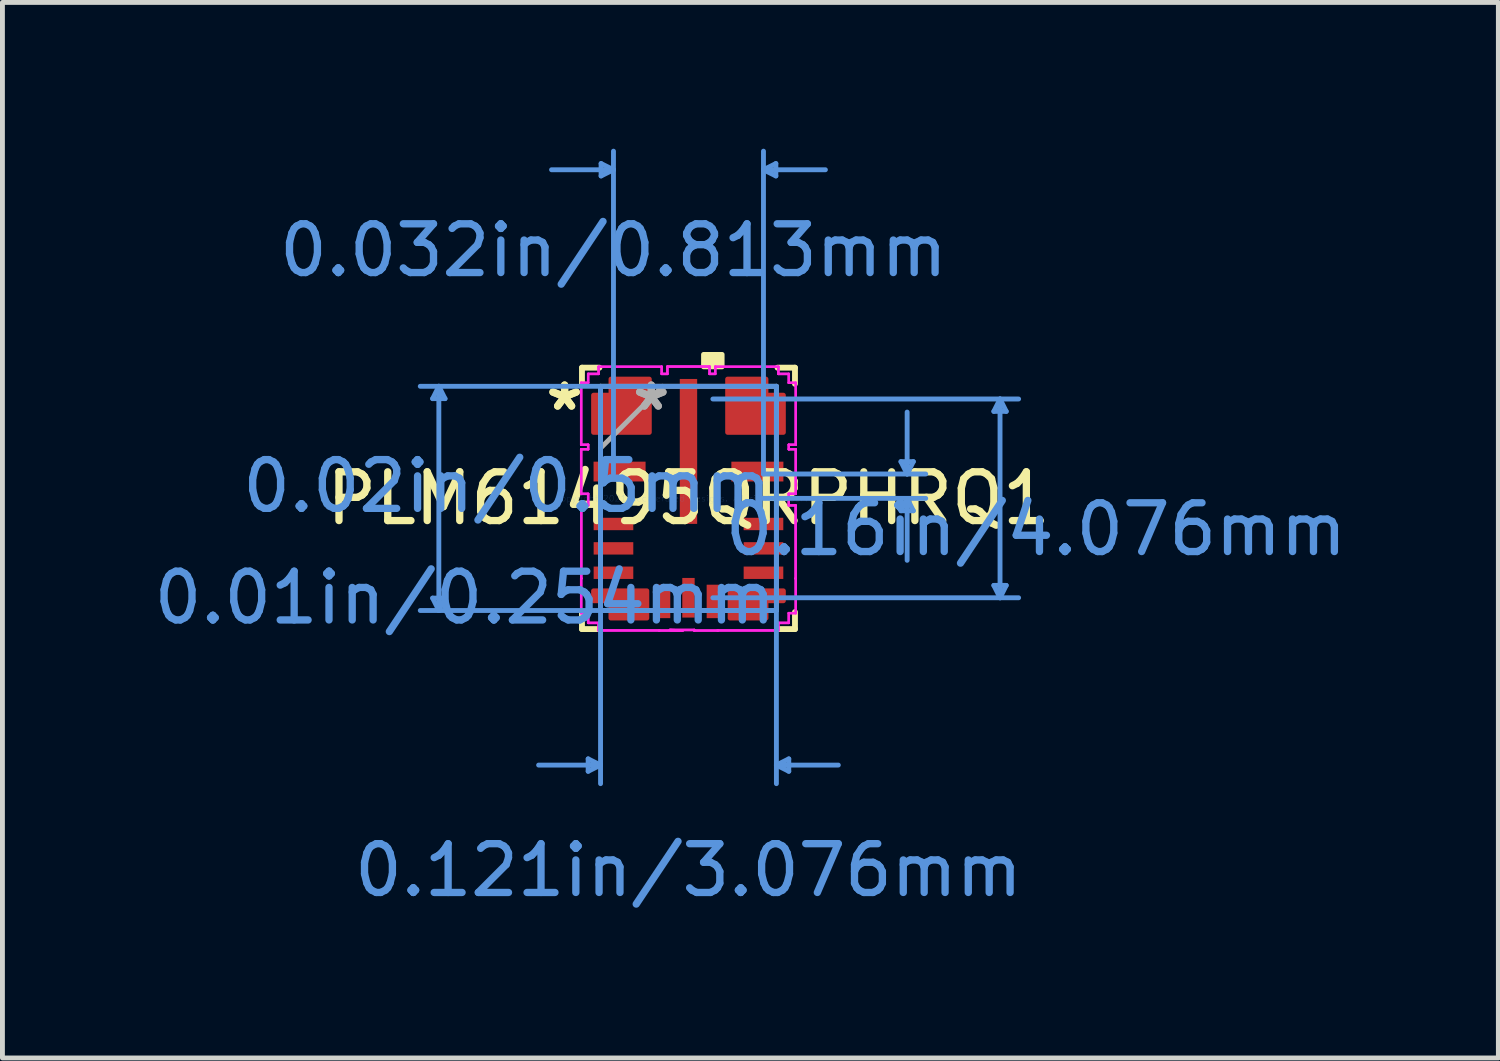
<source format=kicad_pcb>
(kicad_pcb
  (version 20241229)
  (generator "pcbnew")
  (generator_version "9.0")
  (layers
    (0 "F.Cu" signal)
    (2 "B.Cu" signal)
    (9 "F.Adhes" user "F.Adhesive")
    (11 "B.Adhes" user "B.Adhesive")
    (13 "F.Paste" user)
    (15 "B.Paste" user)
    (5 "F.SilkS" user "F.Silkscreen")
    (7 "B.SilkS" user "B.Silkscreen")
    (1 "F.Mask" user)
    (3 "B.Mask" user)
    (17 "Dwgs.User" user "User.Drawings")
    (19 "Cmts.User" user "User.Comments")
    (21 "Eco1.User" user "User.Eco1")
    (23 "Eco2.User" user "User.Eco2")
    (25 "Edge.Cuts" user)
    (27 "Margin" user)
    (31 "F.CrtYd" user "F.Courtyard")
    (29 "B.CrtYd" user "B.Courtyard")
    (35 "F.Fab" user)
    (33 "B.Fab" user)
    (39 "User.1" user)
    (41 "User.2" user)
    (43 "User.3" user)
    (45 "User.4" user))
  (footprint "PLM61495QRPHRQ1"
    (layer "F.Cu")
    (at 11.068 7.17)
    (property "Reference" "PLM61495QRPHRQ1" (at 0 0 0) (layer "F.SilkS") (effects (font (size 1 1) (thickness 0.15))))
    (attr through_hole)
    (fp_poly (pts (xy -0.854 1.896) (xy -1.946 1.896) (xy -1.946 2.099) (xy -1.59 2.099) (xy -1.59 2.454) (xy -0.854 2.454)) (stroke (width 0.1) (type solid)) (fill yes) (layer "F.Cu"))
    (fp_poly (pts (xy -0.803 -1.354) (xy -1.946 -1.354) (xy -1.946 -2.116) (xy -1.589 -2.116) (xy -1.589 -2.446) (xy -0.803 -2.446)) (stroke (width 0.1) (type solid)) (fill yes) (layer "F.Cu"))
    (fp_poly (pts (xy 0.803 -1.354) (xy 1.946 -1.354) (xy 1.946 -2.116) (xy 1.589 -2.116) (xy 1.589 -2.446) (xy 0.803 -2.446)) (stroke (width 0.1) (type solid)) (fill yes) (layer "F.Cu"))
    (fp_poly (pts (xy 0.854 1.896) (xy 1.946 1.896) (xy 1.946 2.099) (xy 1.59 2.099) (xy 1.59 2.454) (xy 0.854 2.454)) (stroke (width 0.1) (type solid)) (fill yes) (layer "F.Cu"))
    (fp_poly (pts (xy -0.854 1.896) (xy -1.946 1.896) (xy -1.946 2.099) (xy -1.59 2.099) (xy -1.59 2.454) (xy -0.854 2.454)) (stroke (width 0.1) (type solid)) (fill yes) (layer "F.Mask"))
    (fp_poly (pts (xy -0.803 -1.354) (xy -1.946 -1.354) (xy -1.946 -2.116) (xy -1.589 -2.116) (xy -1.589 -2.446) (xy -0.803 -2.446)) (stroke (width 0.1) (type solid)) (fill yes) (layer "F.Mask"))
    (fp_poly (pts (xy 0.803 -1.354) (xy 1.946 -1.354) (xy 1.946 -2.116) (xy 1.589 -2.116) (xy 1.589 -2.446) (xy 0.803 -2.446)) (stroke (width 0.1) (type solid)) (fill yes) (layer "F.Mask"))
    (fp_poly (pts (xy 0.854 1.896) (xy 1.946 1.896) (xy 1.946 2.099) (xy 1.59 2.099) (xy 1.59 2.454) (xy 0.854 2.454)) (stroke (width 0.1) (type solid)) (fill yes) (layer "F.Mask"))
    (fp_line (start -2.184 -2.68) (end -2.184 -2.349) (stroke (width 0.12) (type solid)) (layer "F.SilkS"))
    (fp_line (start -2.184 2.331) (end -2.184 2.68) (stroke (width 0.12) (type solid)) (layer "F.SilkS"))
    (fp_line (start -2.184 2.68) (end -1.835 2.68) (stroke (width 0.12) (type solid)) (layer "F.SilkS"))
    (fp_line (start -1.826 -2.68) (end -2.184 -2.68) (stroke (width 0.12) (type solid)) (layer "F.SilkS"))
    (fp_line (start 1.835 2.68) (end 2.184 2.68) (stroke (width 0.12) (type solid)) (layer "F.SilkS"))
    (fp_line (start 2.184 -2.68) (end 1.826 -2.68) (stroke (width 0.12) (type solid)) (layer "F.SilkS"))
    (fp_line (start 2.184 -2.349) (end 2.184 -2.68) (stroke (width 0.12) (type solid)) (layer "F.SilkS"))
    (fp_line (start 2.184 2.68) (end 2.184 2.331) (stroke (width 0.12) (type solid)) (layer "F.SilkS"))
    (fp_poly (pts (xy 0.309 -2.698) (xy 0.309 -2.952) (xy 0.69 -2.952) (xy 0.69 -2.698)) (stroke (width 0.1) (type solid)) (fill yes) (layer "F.SilkS"))
    (fp_poly (pts (xy -0.854 1.896) (xy -1.946 1.896) (xy -1.946 2.099) (xy -1.59 2.099) (xy -1.59 2.454) (xy -0.854 2.454)) (stroke (width 0.1) (type solid)) (fill yes) (layer "F.Paste"))
    (fp_poly (pts (xy -0.803 -1.354) (xy -1.946 -1.354) (xy -1.946 -2.116) (xy -1.589 -2.116) (xy -1.589 -2.446) (xy -0.803 -2.446)) (stroke (width 0.1) (type solid)) (fill yes) (layer "F.Paste"))
    (fp_poly (pts (xy 0.803 -1.354) (xy 1.946 -1.354) (xy 1.946 -2.116) (xy 1.589 -2.116) (xy 1.589 -2.446) (xy 0.803 -2.446)) (stroke (width 0.1) (type solid)) (fill yes) (layer "F.Paste"))
    (fp_poly (pts (xy 0.854 1.896) (xy 1.946 1.896) (xy 1.946 2.099) (xy 1.59 2.099) (xy 1.59 2.454) (xy 0.854 2.454)) (stroke (width 0.1) (type solid)) (fill yes) (layer "F.Paste"))
    (fp_line (start -5.246 -2.045) (end -4.992 -2.045) (stroke (width 0.1) (type solid)) (layer "Cmts.User"))
    (fp_line (start -5.246 2.045) (end -4.992 2.045) (stroke (width 0.1) (type solid)) (layer "Cmts.User"))
    (fp_line (start -5.119 -2.299) (end -5.246 -2.045) (stroke (width 0.1) (type solid)) (layer "Cmts.User"))
    (fp_line (start -5.119 -2.299) (end -5.119 2.299) (stroke (width 0.1) (type solid)) (layer "Cmts.User"))
    (fp_line (start -5.119 -2.299) (end -4.992 -2.045) (stroke (width 0.1) (type solid)) (layer "Cmts.User"))
    (fp_line (start -5.119 2.299) (end -5.246 2.045) (stroke (width 0.1) (type solid)) (layer "Cmts.User"))
    (fp_line (start -5.119 2.299) (end -4.992 2.045) (stroke (width 0.1) (type solid)) (layer "Cmts.User"))
    (fp_line (start -2.057 5.342) (end -2.057 5.596) (stroke (width 0.1) (type solid)) (layer "Cmts.User"))
    (fp_line (start -1.803 -2.299) (end -1.803 5.85) (stroke (width 0.1) (type solid)) (layer "Cmts.User"))
    (fp_line (start -1.803 5.469) (end -3.073 5.469) (stroke (width 0.1) (type solid)) (layer "Cmts.User"))
    (fp_line (start -1.803 5.469) (end -2.057 5.342) (stroke (width 0.1) (type solid)) (layer "Cmts.User"))
    (fp_line (start -1.803 5.469) (end -2.057 5.596) (stroke (width 0.1) (type solid)) (layer "Cmts.User"))
    (fp_line (start -1.792 -6.866) (end -1.792 -6.612) (stroke (width 0.1) (type solid)) (layer "Cmts.User"))
    (fp_line (start -1.538 -6.739) (end -2.808 -6.739) (stroke (width 0.1) (type solid)) (layer "Cmts.User"))
    (fp_line (start -1.538 -6.739) (end -1.792 -6.866) (stroke (width 0.1) (type solid)) (layer "Cmts.User"))
    (fp_line (start -1.538 -6.739) (end -1.792 -6.612) (stroke (width 0.1) (type solid)) (layer "Cmts.User"))
    (fp_line (start -1.538 -0.5) (end -1.538 -7.12) (stroke (width 0.1) (type solid)) (layer "Cmts.User"))
    (fp_line (start 0.5 -2.038) (end 6.77 -2.038) (stroke (width 0.1) (type solid)) (layer "Cmts.User"))
    (fp_line (start 0.5 2.038) (end 6.77 2.038) (stroke (width 0.1) (type solid)) (layer "Cmts.User"))
    (fp_line (start 1.538 -6.739) (end 1.792 -6.866) (stroke (width 0.1) (type solid)) (layer "Cmts.User"))
    (fp_line (start 1.538 -6.739) (end 1.792 -6.612) (stroke (width 0.1) (type solid)) (layer "Cmts.User"))
    (fp_line (start 1.538 -6.739) (end 2.808 -6.739) (stroke (width 0.1) (type solid)) (layer "Cmts.User"))
    (fp_line (start 1.538 -0.5) (end 1.538 -7.12) (stroke (width 0.1) (type solid)) (layer "Cmts.User"))
    (fp_line (start 1.538 -0.5) (end 4.865 -0.5) (stroke (width 0.1) (type solid)) (layer "Cmts.User"))
    (fp_line (start 1.538 0) (end 4.865 0) (stroke (width 0.1) (type solid)) (layer "Cmts.User"))
    (fp_line (start 1.792 -6.866) (end 1.792 -6.612) (stroke (width 0.1) (type solid)) (layer "Cmts.User"))
    (fp_line (start 1.803 -2.299) (end -5.5 -2.299) (stroke (width 0.1) (type solid)) (layer "Cmts.User"))
    (fp_line (start 1.803 -2.299) (end 1.803 5.85) (stroke (width 0.1) (type solid)) (layer "Cmts.User"))
    (fp_line (start 1.803 2.299) (end -5.5 2.299) (stroke (width 0.1) (type solid)) (layer "Cmts.User"))
    (fp_line (start 1.803 5.469) (end 2.057 5.342) (stroke (width 0.1) (type solid)) (layer "Cmts.User"))
    (fp_line (start 1.803 5.469) (end 2.057 5.596) (stroke (width 0.1) (type solid)) (layer "Cmts.User"))
    (fp_line (start 1.803 5.469) (end 3.073 5.469) (stroke (width 0.1) (type solid)) (layer "Cmts.User"))
    (fp_line (start 2.057 5.342) (end 2.057 5.596) (stroke (width 0.1) (type solid)) (layer "Cmts.User"))
    (fp_line (start 4.357 -0.754) (end 4.611 -0.754) (stroke (width 0.1) (type solid)) (layer "Cmts.User"))
    (fp_line (start 4.357 0.254) (end 4.611 0.254) (stroke (width 0.1) (type solid)) (layer "Cmts.User"))
    (fp_line (start 4.484 -0.5) (end 4.357 -0.754) (stroke (width 0.1) (type solid)) (layer "Cmts.User"))
    (fp_line (start 4.484 -0.5) (end 4.484 -1.77) (stroke (width 0.1) (type solid)) (layer "Cmts.User"))
    (fp_line (start 4.484 -0.5) (end 4.611 -0.754) (stroke (width 0.1) (type solid)) (layer "Cmts.User"))
    (fp_line (start 4.484 0) (end 4.357 0.254) (stroke (width 0.1) (type solid)) (layer "Cmts.User"))
    (fp_line (start 4.484 0) (end 4.484 1.27) (stroke (width 0.1) (type solid)) (layer "Cmts.User"))
    (fp_line (start 4.484 0) (end 4.611 0.254) (stroke (width 0.1) (type solid)) (layer "Cmts.User"))
    (fp_line (start 6.262 -1.784) (end 6.516 -1.784) (stroke (width 0.1) (type solid)) (layer "Cmts.User"))
    (fp_line (start 6.262 1.784) (end 6.516 1.784) (stroke (width 0.1) (type solid)) (layer "Cmts.User"))
    (fp_line (start 6.389 -2.038) (end 6.262 -1.784) (stroke (width 0.1) (type solid)) (layer "Cmts.User"))
    (fp_line (start 6.389 -2.038) (end 6.389 2.038) (stroke (width 0.1) (type solid)) (layer "Cmts.User"))
    (fp_line (start 6.389 -2.038) (end 6.516 -1.784) (stroke (width 0.1) (type solid)) (layer "Cmts.User"))
    (fp_line (start 6.389 2.038) (end 6.262 1.784) (stroke (width 0.1) (type solid)) (layer "Cmts.User"))
    (fp_line (start 6.389 2.038) (end 6.516 1.784) (stroke (width 0.1) (type solid)) (layer "Cmts.User"))
    (fp_line (start -2.2 -2.37) (end -2.2 -1.1) (stroke (width 0.05) (type solid)) (layer "F.CrtYd"))
    (fp_line (start -2.2 -2.37) (end -2.2 -1.1) (stroke (width 0.05) (type solid)) (layer "F.CrtYd"))
    (fp_line (start -2.2 -1.1) (end -2.057 -1.1) (stroke (width 0.05) (type solid)) (layer "F.CrtYd"))
    (fp_line (start -2.2 -1.1) (end -2.057 -1.1) (stroke (width 0.05) (type solid)) (layer "F.CrtYd"))
    (fp_line (start -2.2 -1.007) (end -2.2 -0.093) (stroke (width 0.05) (type solid)) (layer "F.CrtYd"))
    (fp_line (start -2.2 -1.007) (end -2.2 -0.093) (stroke (width 0.05) (type solid)) (layer "F.CrtYd"))
    (fp_line (start -2.2 -0.093) (end -2.057 -0.093) (stroke (width 0.05) (type solid)) (layer "F.CrtYd"))
    (fp_line (start -2.2 -0.093) (end -2.057 -0.093) (stroke (width 0.05) (type solid)) (layer "F.CrtYd"))
    (fp_line (start -2.2 1.642) (end -2.2 2.353) (stroke (width 0.05) (type solid)) (layer "F.CrtYd"))
    (fp_line (start -2.2 1.642) (end -2.2 2.353) (stroke (width 0.05) (type solid)) (layer "F.CrtYd"))
    (fp_line (start -2.2 2.353) (end -2.057 2.353) (stroke (width 0.05) (type solid)) (layer "F.CrtYd"))
    (fp_line (start -2.2 2.353) (end -2.057 2.353) (stroke (width 0.05) (type solid)) (layer "F.CrtYd"))
    (fp_line (start -2.198 0.144) (end -2.198 1.642) (stroke (width 0.05) (type solid)) (layer "F.CrtYd"))
    (fp_line (start -2.198 0.144) (end -2.198 1.642) (stroke (width 0.05) (type solid)) (layer "F.CrtYd"))
    (fp_line (start -2.198 1.642) (end -2.2 1.642) (stroke (width 0.05) (type solid)) (layer "F.CrtYd"))
    (fp_line (start -2.198 1.642) (end -2.2 1.642) (stroke (width 0.05) (type solid)) (layer "F.CrtYd"))
    (fp_line (start -2.057 -2.553) (end -2.057 -2.37) (stroke (width 0.05) (type solid)) (layer "F.CrtYd"))
    (fp_line (start -2.057 -2.553) (end -2.057 -2.37) (stroke (width 0.05) (type solid)) (layer "F.CrtYd"))
    (fp_line (start -2.057 -2.37) (end -2.2 -2.37) (stroke (width 0.05) (type solid)) (layer "F.CrtYd"))
    (fp_line (start -2.057 -2.37) (end -2.2 -2.37) (stroke (width 0.05) (type solid)) (layer "F.CrtYd"))
    (fp_line (start -2.057 -1.1) (end -2.057 -1.007) (stroke (width 0.05) (type solid)) (layer "F.CrtYd"))
    (fp_line (start -2.057 -1.1) (end -2.057 -1.007) (stroke (width 0.05) (type solid)) (layer "F.CrtYd"))
    (fp_line (start -2.057 -1.007) (end -2.2 -1.007) (stroke (width 0.05) (type solid)) (layer "F.CrtYd"))
    (fp_line (start -2.057 -1.007) (end -2.2 -1.007) (stroke (width 0.05) (type solid)) (layer "F.CrtYd"))
    (fp_line (start -2.057 -0.093) (end -2.057 0.144) (stroke (width 0.05) (type solid)) (layer "F.CrtYd"))
    (fp_line (start -2.057 -0.093) (end -2.057 0.144) (stroke (width 0.05) (type solid)) (layer "F.CrtYd"))
    (fp_line (start -2.057 0.144) (end -2.198 0.144) (stroke (width 0.05) (type solid)) (layer "F.CrtYd"))
    (fp_line (start -2.057 0.144) (end -2.198 0.144) (stroke (width 0.05) (type solid)) (layer "F.CrtYd"))
    (fp_line (start -2.057 2.353) (end -2.057 2.553) (stroke (width 0.05) (type solid)) (layer "F.CrtYd"))
    (fp_line (start -2.057 2.353) (end -2.057 2.553) (stroke (width 0.05) (type solid)) (layer "F.CrtYd"))
    (fp_line (start -2.057 2.553) (end -1.844 2.553) (stroke (width 0.05) (type solid)) (layer "F.CrtYd"))
    (fp_line (start -2.057 2.553) (end -1.844 2.553) (stroke (width 0.05) (type solid)) (layer "F.CrtYd"))
    (fp_line (start -1.844 2.553) (end -1.844 2.708) (stroke (width 0.05) (type solid)) (layer "F.CrtYd"))
    (fp_line (start -1.844 2.553) (end -1.844 2.708) (stroke (width 0.05) (type solid)) (layer "F.CrtYd"))
    (fp_line (start -1.844 2.708) (end -0.6 2.708) (stroke (width 0.05) (type solid)) (layer "F.CrtYd"))
    (fp_line (start -1.844 2.708) (end -0.6 2.708) (stroke (width 0.05) (type solid)) (layer "F.CrtYd"))
    (fp_line (start -1.843 -2.7) (end -1.843 -2.553) (stroke (width 0.05) (type solid)) (layer "F.CrtYd"))
    (fp_line (start -1.843 -2.7) (end -1.843 -2.553) (stroke (width 0.05) (type solid)) (layer "F.CrtYd"))
    (fp_line (start -1.843 -2.553) (end -2.057 -2.553) (stroke (width 0.05) (type solid)) (layer "F.CrtYd"))
    (fp_line (start -1.843 -2.553) (end -2.057 -2.553) (stroke (width 0.05) (type solid)) (layer "F.CrtYd"))
    (fp_line (start -0.6 2.708) (end -0.6 2.71) (stroke (width 0.05) (type solid)) (layer "F.CrtYd"))
    (fp_line (start -0.6 2.708) (end -0.6 2.71) (stroke (width 0.05) (type solid)) (layer "F.CrtYd"))
    (fp_line (start -0.6 2.71) (end -0.119 2.71) (stroke (width 0.05) (type solid)) (layer "F.CrtYd"))
    (fp_line (start -0.6 2.71) (end -0.119 2.71) (stroke (width 0.05) (type solid)) (layer "F.CrtYd"))
    (fp_line (start -0.549 -2.7) (end -1.843 -2.7) (stroke (width 0.05) (type solid)) (layer "F.CrtYd"))
    (fp_line (start -0.549 -2.7) (end -1.843 -2.7) (stroke (width 0.05) (type solid)) (layer "F.CrtYd"))
    (fp_line (start -0.549 -2.553) (end -0.549 -2.7) (stroke (width 0.05) (type solid)) (layer "F.CrtYd"))
    (fp_line (start -0.549 -2.553) (end -0.549 -2.7) (stroke (width 0.05) (type solid)) (layer "F.CrtYd"))
    (fp_line (start -0.432 -2.703) (end -0.432 -2.553) (stroke (width 0.05) (type solid)) (layer "F.CrtYd"))
    (fp_line (start -0.432 -2.703) (end -0.432 -2.553) (stroke (width 0.05) (type solid)) (layer "F.CrtYd"))
    (fp_line (start -0.432 -2.553) (end -0.549 -2.553) (stroke (width 0.05) (type solid)) (layer "F.CrtYd"))
    (fp_line (start -0.432 -2.553) (end -0.549 -2.553) (stroke (width 0.05) (type solid)) (layer "F.CrtYd"))
    (fp_line (start -0.381 2.698) (end 0.119 2.698) (stroke (width 0.05) (type solid)) (layer "F.CrtYd"))
    (fp_line (start -0.381 2.698) (end 0.119 2.698) (stroke (width 0.05) (type solid)) (layer "F.CrtYd"))
    (fp_line (start -0.119 2.71) (end -0.381 2.698) (stroke (width 0.05) (type solid)) (layer "F.CrtYd"))
    (fp_line (start -0.119 2.71) (end -0.381 2.698) (stroke (width 0.05) (type solid)) (layer "F.CrtYd"))
    (fp_line (start 0.119 2.698) (end 0.119 2.71) (stroke (width 0.05) (type solid)) (layer "F.CrtYd"))
    (fp_line (start 0.119 2.698) (end 0.119 2.71) (stroke (width 0.05) (type solid)) (layer "F.CrtYd"))
    (fp_line (start 0.119 2.71) (end 0.6 2.71) (stroke (width 0.05) (type solid)) (layer "F.CrtYd"))
    (fp_line (start 0.119 2.71) (end 0.6 2.71) (stroke (width 0.05) (type solid)) (layer "F.CrtYd"))
    (fp_line (start 0.432 -2.703) (end -0.432 -2.703) (stroke (width 0.05) (type solid)) (layer "F.CrtYd"))
    (fp_line (start 0.432 -2.703) (end -0.432 -2.703) (stroke (width 0.05) (type solid)) (layer "F.CrtYd"))
    (fp_line (start 0.432 -2.553) (end 0.432 -2.703) (stroke (width 0.05) (type solid)) (layer "F.CrtYd"))
    (fp_line (start 0.432 -2.553) (end 0.432 -2.703) (stroke (width 0.05) (type solid)) (layer "F.CrtYd"))
    (fp_line (start 0.549 -2.7) (end 0.549 -2.553) (stroke (width 0.05) (type solid)) (layer "F.CrtYd"))
    (fp_line (start 0.549 -2.7) (end 0.549 -2.553) (stroke (width 0.05) (type solid)) (layer "F.CrtYd"))
    (fp_line (start 0.549 -2.553) (end 0.432 -2.553) (stroke (width 0.05) (type solid)) (layer "F.CrtYd"))
    (fp_line (start 0.549 -2.553) (end 0.432 -2.553) (stroke (width 0.05) (type solid)) (layer "F.CrtYd"))
    (fp_line (start 0.6 2.708) (end 1.844 2.708) (stroke (width 0.05) (type solid)) (layer "F.CrtYd"))
    (fp_line (start 0.6 2.708) (end 1.844 2.708) (stroke (width 0.05) (type solid)) (layer "F.CrtYd"))
    (fp_line (start 0.6 2.71) (end 0.6 2.708) (stroke (width 0.05) (type solid)) (layer "F.CrtYd"))
    (fp_line (start 0.6 2.71) (end 0.6 2.708) (stroke (width 0.05) (type solid)) (layer "F.CrtYd"))
    (fp_line (start 1.843 -2.7) (end 0.549 -2.7) (stroke (width 0.05) (type solid)) (layer "F.CrtYd"))
    (fp_line (start 1.843 -2.7) (end 0.549 -2.7) (stroke (width 0.05) (type solid)) (layer "F.CrtYd"))
    (fp_line (start 1.843 -2.553) (end 1.843 -2.7) (stroke (width 0.05) (type solid)) (layer "F.CrtYd"))
    (fp_line (start 1.843 -2.553) (end 1.843 -2.7) (stroke (width 0.05) (type solid)) (layer "F.CrtYd"))
    (fp_line (start 1.844 2.553) (end 2.057 2.553) (stroke (width 0.05) (type solid)) (layer "F.CrtYd"))
    (fp_line (start 1.844 2.553) (end 2.057 2.553) (stroke (width 0.05) (type solid)) (layer "F.CrtYd"))
    (fp_line (start 1.844 2.708) (end 1.844 2.553) (stroke (width 0.05) (type solid)) (layer "F.CrtYd"))
    (fp_line (start 1.844 2.708) (end 1.844 2.553) (stroke (width 0.05) (type solid)) (layer "F.CrtYd"))
    (fp_line (start 2.057 -2.553) (end 1.843 -2.553) (stroke (width 0.05) (type solid)) (layer "F.CrtYd"))
    (fp_line (start 2.057 -2.553) (end 1.843 -2.553) (stroke (width 0.05) (type solid)) (layer "F.CrtYd"))
    (fp_line (start 2.057 -2.37) (end 2.057 -2.553) (stroke (width 0.05) (type solid)) (layer "F.CrtYd"))
    (fp_line (start 2.057 -2.37) (end 2.057 -2.553) (stroke (width 0.05) (type solid)) (layer "F.CrtYd"))
    (fp_line (start 2.057 -1.1) (end 2.2 -1.1) (stroke (width 0.05) (type solid)) (layer "F.CrtYd"))
    (fp_line (start 2.057 -1.1) (end 2.2 -1.1) (stroke (width 0.05) (type solid)) (layer "F.CrtYd"))
    (fp_line (start 2.057 -1.007) (end 2.057 -1.1) (stroke (width 0.05) (type solid)) (layer "F.CrtYd"))
    (fp_line (start 2.057 -1.007) (end 2.057 -1.1) (stroke (width 0.05) (type solid)) (layer "F.CrtYd"))
    (fp_line (start 2.057 -0.093) (end 2.2 -0.093) (stroke (width 0.05) (type solid)) (layer "F.CrtYd"))
    (fp_line (start 2.057 -0.093) (end 2.2 -0.093) (stroke (width 0.05) (type solid)) (layer "F.CrtYd"))
    (fp_line (start 2.057 0.144) (end 2.057 -0.093) (stroke (width 0.05) (type solid)) (layer "F.CrtYd"))
    (fp_line (start 2.057 0.144) (end 2.057 -0.093) (stroke (width 0.05) (type solid)) (layer "F.CrtYd"))
    (fp_line (start 2.057 2.353) (end 2.2 2.353) (stroke (width 0.05) (type solid)) (layer "F.CrtYd"))
    (fp_line (start 2.057 2.353) (end 2.2 2.353) (stroke (width 0.05) (type solid)) (layer "F.CrtYd"))
    (fp_line (start 2.057 2.553) (end 2.057 2.353) (stroke (width 0.05) (type solid)) (layer "F.CrtYd"))
    (fp_line (start 2.057 2.553) (end 2.057 2.353) (stroke (width 0.05) (type solid)) (layer "F.CrtYd"))
    (fp_line (start 2.198 0.144) (end 2.057 0.144) (stroke (width 0.05) (type solid)) (layer "F.CrtYd"))
    (fp_line (start 2.198 0.144) (end 2.057 0.144) (stroke (width 0.05) (type solid)) (layer "F.CrtYd"))
    (fp_line (start 2.198 1.642) (end 2.198 0.144) (stroke (width 0.05) (type solid)) (layer "F.CrtYd"))
    (fp_line (start 2.198 1.642) (end 2.198 0.144) (stroke (width 0.05) (type solid)) (layer "F.CrtYd"))
    (fp_line (start 2.2 1.642) (end 2.198 1.642) (stroke (width 0.05) (type solid)) (layer "F.CrtYd"))
    (fp_line (start 2.2 1.642) (end 2.198 1.642) (stroke (width 0.05) (type solid)) (layer "F.CrtYd"))
    (fp_line (start 2.2 2.353) (end 2.2 1.642) (stroke (width 0.05) (type solid)) (layer "F.CrtYd"))
    (fp_line (start 2.2 2.353) (end 2.2 1.642) (stroke (width 0.05) (type solid)) (layer "F.CrtYd"))
    (fp_line (start 2.2 -1.007) (end 2.057 -1.007) (stroke (width 0.05) (type solid)) (layer "F.CrtYd"))
    (fp_line (start 2.2 -1.007) (end 2.057 -1.007) (stroke (width 0.05) (type solid)) (layer "F.CrtYd"))
    (fp_line (start 2.2 -0.093) (end 2.2 -1.007) (stroke (width 0.05) (type solid)) (layer "F.CrtYd"))
    (fp_line (start 2.2 -0.093) (end 2.2 -1.007) (stroke (width 0.05) (type solid)) (layer "F.CrtYd"))
    (fp_line (start 2.2 -2.37) (end 2.057 -2.37) (stroke (width 0.05) (type solid)) (layer "F.CrtYd"))
    (fp_line (start 2.2 -2.37) (end 2.057 -2.37) (stroke (width 0.05) (type solid)) (layer "F.CrtYd"))
    (fp_line (start 2.2 -1.1) (end 2.2 -2.37) (stroke (width 0.05) (type solid)) (layer "F.CrtYd"))
    (fp_line (start 2.2 -1.1) (end 2.2 -2.37) (stroke (width 0.05) (type solid)) (layer "F.CrtYd"))
    (fp_line (start -1.803 -2.299) (end -1.803 2.299) (stroke (width 0.1) (type solid)) (layer "F.Fab"))
    (fp_line (start -1.803 -1.029) (end -0.533 -2.299) (stroke (width 0.1) (type solid)) (layer "F.Fab"))
    (fp_line (start -1.803 2.299) (end 1.803 2.299) (stroke (width 0.1) (type solid)) (layer "F.Fab"))
    (fp_line (start 1.803 -2.299) (end -1.803 -2.299) (stroke (width 0.1) (type solid)) (layer "F.Fab"))
    (fp_line (start 1.803 2.299) (end 1.803 -2.299) (stroke (width 0.1) (type solid)) (layer "F.Fab"))
    (fp_text user "*" (at -2.54 -1.778 0) (layer "F.SilkS") (effects (font (size 1 1) (thickness 0.15))))
    (fp_text user "*" (at -2.54 -1.778 0) (layer "F.SilkS") (effects (font (size 1 1) (thickness 0.15))))
    (fp_text user "0.01in/0.254mm" (at -4.586 2.038 0) (layer "Cmts.User") (effects (font (size 1 1) (thickness 0.15))))
    (fp_text user "0.032in/0.813mm" (at -1.538 -5.086 0) (layer "Cmts.User") (effects (font (size 1 1) (thickness 0.15))))
    (fp_text user "0.02in/0.5mm" (at -3.722 -0.25 0) (layer "Cmts.User") (effects (font (size 1 1) (thickness 0.15))))
    (fp_text user "0.16in/4.076mm" (at 7.126 0.635 0) (layer "Cmts.User") (effects (font (size 1 1) (thickness 0.15))))
    (fp_text user "0.121in/3.076mm" (at 0 7.626 0) (layer "Cmts.User") (effects (font (size 1 1) (thickness 0.15))))
    (fp_text user "Copyright 2021 Accelerated Designs. All rights reserved." (at 0 0 0) (layer "Cmts.User") (effects (font (size 0.127 0.127) (thickness 0.002))))
    (fp_text user "*" (at -0.762 -1.778 0) (layer "F.Fab") (effects (font (size 1 1) (thickness 0.15))))
    (fp_text user "*" (at -0.762 -1.778 0) (layer "F.Fab") (effects (font (size 1 1) (thickness 0.15))))
    (pad "1" smd rect (at -1.375 -1.9) (size 0.127 0.127) (layers "F.Cu" "F.Mask" "F.Paste"))
    (pad "2" smd rect (at -1.413 -0.55 90) (size 0.406 1.067) (layers "F.Cu" "F.Mask" "F.Paste"))
    (pad "3" smd rect (at -1.538 0.525 90) (size 0.254 0.813) (layers "F.Cu" "F.Mask" "F.Paste"))
    (pad "4" smd rect (at -1.538 1.025 90) (size 0.254 0.813) (layers "F.Cu" "F.Mask" "F.Paste"))
    (pad "5" smd rect (at -1.538 1.525 90) (size 0.254 0.813) (layers "F.Cu" "F.Mask" "F.Paste"))
    (pad "6" smd rect (at -1.4 2.175) (size 0.127 0.127) (layers "F.Cu" "F.Mask" "F.Paste"))
    (pad "7" smd rect (at -0.5 2.113) (size 0.254 0.686) (layers "F.Cu" "F.Mask" "F.Paste"))
    (pad "8" smd rect (at 0 2.038) (size 0.254 0.813) (layers "F.Cu" "F.Mask" "F.Paste"))
    (pad "9" smd rect (at 0.5 2.113) (size 0.254 0.686) (layers "F.Cu" "F.Mask" "F.Paste"))
    (pad "10" smd rect (at 1.4 2.175) (size 0.127 0.127) (layers "F.Cu" "F.Mask" "F.Paste"))
    (pad "11" smd rect (at 1.538 1.525 90) (size 0.254 0.813) (layers "F.Cu" "F.Mask" "F.Paste"))
    (pad "12" smd rect (at 1.538 1.025 90) (size 0.254 0.813) (layers "F.Cu" "F.Mask" "F.Paste"))
    (pad "13" smd rect (at 1.538 0.525 90) (size 0.254 0.813) (layers "F.Cu" "F.Mask" "F.Paste"))
    (pad "14" smd rect (at 1.413 -0.55 90) (size 0.406 1.067) (layers "F.Cu" "F.Mask" "F.Paste"))
    (pad "15" smd rect (at 1.375 -1.9) (size 0.127 0.127) (layers "F.Cu" "F.Mask" "F.Paste"))
    (pad "16" smd rect (at 0 -0.963) (size 0.356 2.972) (layers "F.Cu" "F.Mask" "F.Paste")))
  (gr_rect
    (start -3 -3)
    (end 27.676 18.645)
    (stroke (width 0.1) (type default))
    (fill no)
    (layer "Edge.Cuts")))
</source>
